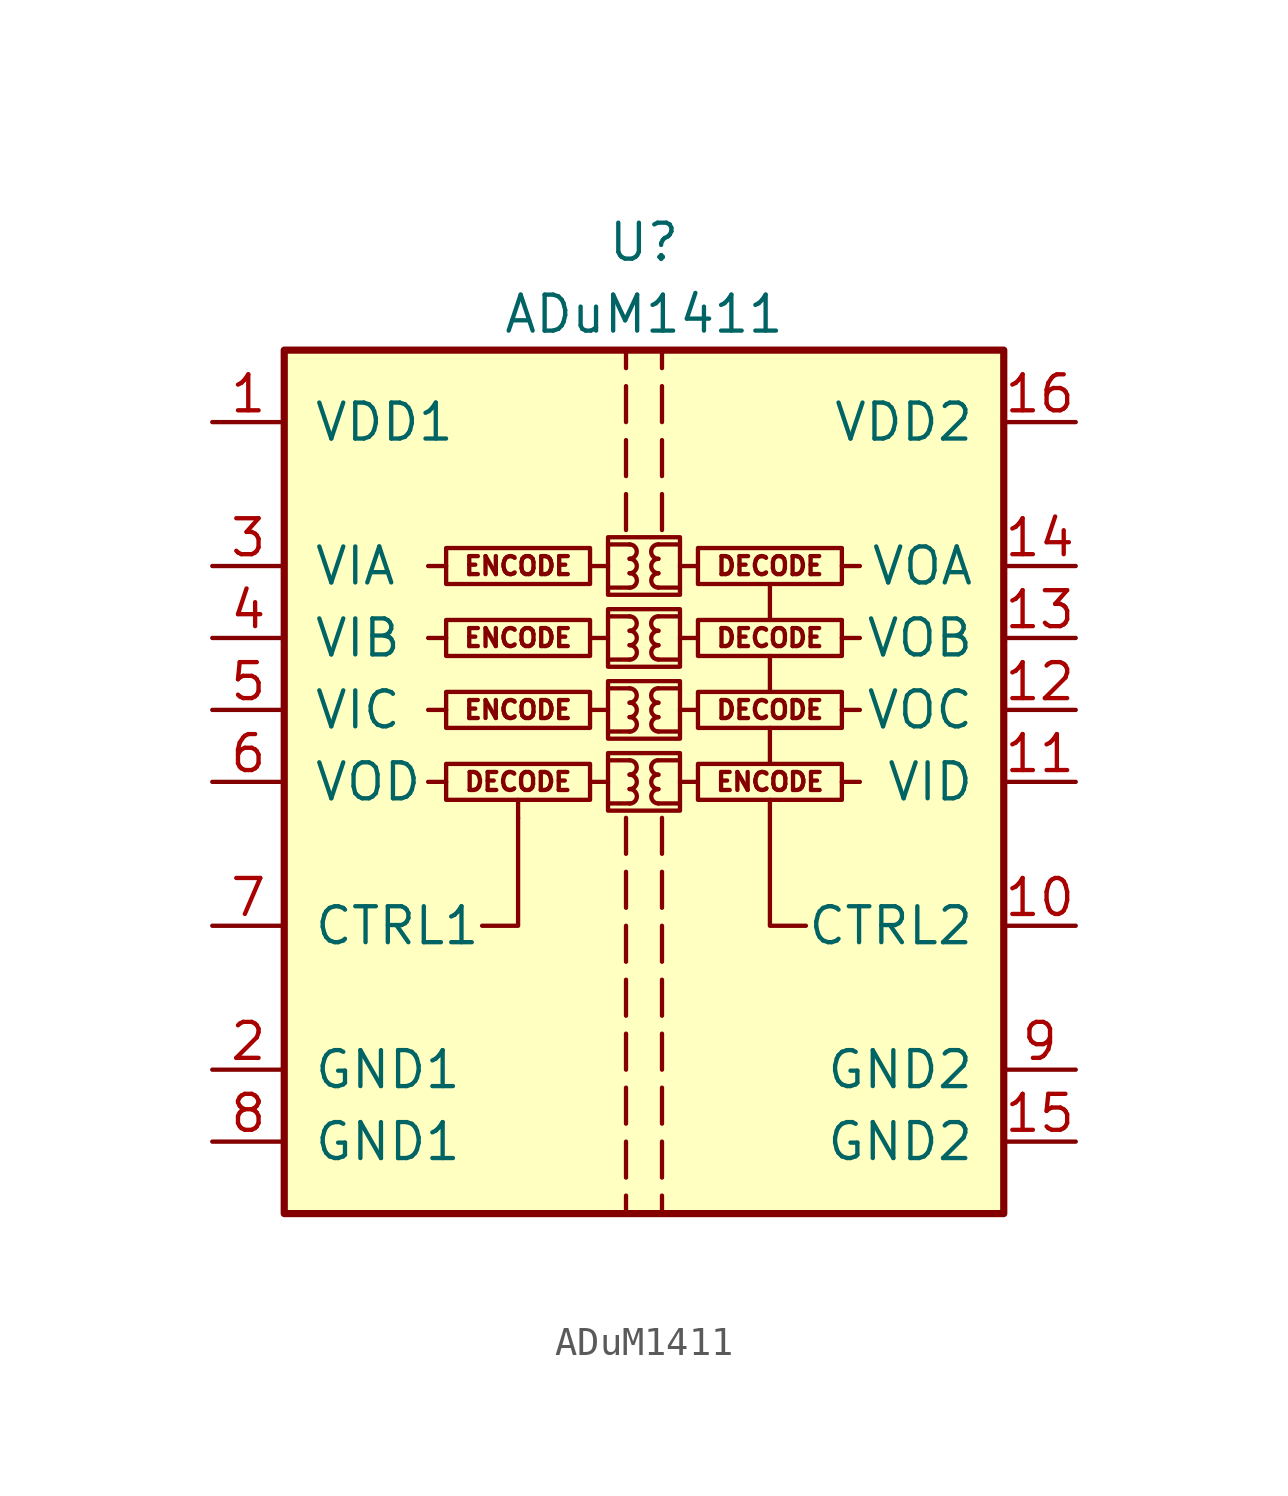
<source format=kicad_sym>
(kicad_symbol_lib
  (version 20201005)
  (generator kicad_symbol_editor)
  (symbol "ADuM1411"
    (pin_names
      (offset 1.016))
    (property "Reference" "U"
      (at 0 19.05 0)
      (effects (font (size 1.27 1.27))))
    (property "Value" "ADuM1411"
      (at 0 16.51 0)
      (effects (font (size 1.27 1.27))))
    (symbol "ADuM1411_0_0"
      (arc (start -0.508 -0.762) (end -0.508 -0.254) (radius (at -0.508 -0.508) (length 0.254) (angles -89.9 89.9)) (stroke (width 0)) (fill (type none)))
      (arc (start -0.508 -0.254) (end -0.508 0.254) (radius (at -0.508 0) (length 0.254) (angles -89.9 89.9)) (stroke (width 0)) (fill (type none)))
      (arc (start -0.508 0.254) (end -0.508 0.762) (radius (at -0.508 0.508) (length 0.254) (angles -89.9 89.9)) (stroke (width 0)) (fill (type none)))
      (arc (start -0.508 1.778) (end -0.508 2.286) (radius (at -0.508 2.032) (length 0.254) (angles -89.9 89.9)) (stroke (width 0)) (fill (type none)))
      (arc (start -0.508 2.286) (end -0.508 2.794) (radius (at -0.508 2.54) (length 0.254) (angles -89.9 89.9)) (stroke (width 0)) (fill (type none)))
      (arc (start -0.508 2.794) (end -0.508 3.302) (radius (at -0.508 3.048) (length 0.254) (angles -89.9 89.9)) (stroke (width 0)) (fill (type none)))
      (arc (start -0.508 4.318) (end -0.508 4.826) (radius (at -0.508 4.572) (length 0.254) (angles -89.9 89.9)) (stroke (width 0)) (fill (type none)))
      (arc (start -0.508 4.826) (end -0.508 5.334) (radius (at -0.508 5.08) (length 0.254) (angles -89.9 89.9)) (stroke (width 0)) (fill (type none)))
      (arc (start -0.508 5.334) (end -0.508 5.842) (radius (at -0.508 5.588) (length 0.254) (angles -89.9 89.9)) (stroke (width 0)) (fill (type none)))
      (arc (start -0.508 6.858) (end -0.508 7.366) (radius (at -0.508 7.112) (length 0.254) (angles -89.9 89.9)) (stroke (width 0)) (fill (type none)))
      (arc (start -0.508 7.366) (end -0.508 7.874) (radius (at -0.508 7.62) (length 0.254) (angles -89.9 89.9)) (stroke (width 0)) (fill (type none)))
      (arc (start -0.508 7.874) (end -0.508 8.382) (radius (at -0.508 8.128) (length 0.254) (angles -89.9 89.9)) (stroke (width 0)) (fill (type none)))
      (arc (start 0.508 -0.254) (end 0.508 -0.762) (radius (at 0.508 -0.508) (length 0.254) (angles 90.1 -90.1)) (stroke (width 0)) (fill (type none)))
      (arc (start 0.508 0.254) (end 0.508 -0.254) (radius (at 0.508 0) (length 0.254) (angles 90.1 -90.1)) (stroke (width 0)) (fill (type none)))
      (arc (start 0.508 0.762) (end 0.508 0.254) (radius (at 0.508 0.508) (length 0.254) (angles 90.1 -90.1)) (stroke (width 0)) (fill (type none)))
      (arc (start 0.508 2.286) (end 0.508 1.778) (radius (at 0.508 2.032) (length 0.254) (angles 90.1 -90.1)) (stroke (width 0)) (fill (type none)))
      (arc (start 0.508 2.794) (end 0.508 2.286) (radius (at 0.508 2.54) (length 0.254) (angles 90.1 -90.1)) (stroke (width 0)) (fill (type none)))
      (arc (start 0.508 3.302) (end 0.508 2.794) (radius (at 0.508 3.048) (length 0.254) (angles 90.1 -90.1)) (stroke (width 0)) (fill (type none)))
      (arc (start 0.508 4.826) (end 0.508 4.318) (radius (at 0.508 4.572) (length 0.254) (angles 90.1 -90.1)) (stroke (width 0)) (fill (type none)))
      (arc (start 0.508 5.334) (end 0.508 4.826) (radius (at 0.508 5.08) (length 0.254) (angles 90.1 -90.1)) (stroke (width 0)) (fill (type none)))
      (arc (start 0.508 5.842) (end 0.508 5.334) (radius (at 0.508 5.588) (length 0.254) (angles 90.1 -90.1)) (stroke (width 0)) (fill (type none)))
      (arc (start 0.508 7.366) (end 0.508 6.858) (radius (at 0.508 7.112) (length 0.254) (angles 90.1 -90.1)) (stroke (width 0)) (fill (type none)))
      (arc (start 0.508 7.874) (end 0.508 7.366) (radius (at 0.508 7.62) (length 0.254) (angles 90.1 -90.1)) (stroke (width 0)) (fill (type none)))
      (arc (start 0.508 8.382) (end 0.508 7.874) (radius (at 0.508 8.128) (length 0.254) (angles 90.1 -90.1)) (stroke (width 0)) (fill (type none)))
      (text "DECODE" (at -4.445 0 0) (effects (font (size 0.635 0.635))))
      (text "DECODE" (at 4.445 2.54 0) (effects (font (size 0.635 0.635))))
      (text "DECODE" (at 4.445 5.08 0) (effects (font (size 0.635 0.635))))
      (text "DECODE" (at 4.445 7.62 0) (effects (font (size 0.635 0.635))))
      (text "ENCODE" (at -4.445 2.54 0) (effects (font (size 0.635 0.635))))
      (text "ENCODE" (at -4.445 5.08 0) (effects (font (size 0.635 0.635))))
      (text "ENCODE" (at -4.445 7.62 0) (effects (font (size 0.635 0.635))))
      (text "ENCODE" (at 4.445 0 0) (effects (font (size 0.635 0.635))))
      (rectangle (start -1.905 0.635) (end -6.985 -0.635) (stroke (width 0)) (fill (type none)))
      (rectangle (start -1.27 1.016) (end 1.27 -1.016) (stroke (width 0)) (fill (type none)))
      (rectangle (start -1.27 3.556) (end 1.27 1.524) (stroke (width 0)) (fill (type none)))
      (rectangle (start -1.27 6.096) (end 1.27 4.064) (stroke (width 0)) (fill (type none)))
      (rectangle (start -1.27 8.636) (end 1.27 6.604) (stroke (width 0)) (fill (type none)))
      (rectangle (start 1.905 0.635) (end 6.985 -0.635) (stroke (width 0)) (fill (type none)))
      (rectangle (start 1.905 3.175) (end 6.985 1.905) (stroke (width 0)) (fill (type none)))
      (rectangle (start 1.905 5.715) (end 6.985 4.445) (stroke (width 0)) (fill (type none)))
      (rectangle (start 1.905 8.255) (end 6.985 6.985) (stroke (width 0)) (fill (type none)))
      (polyline (pts (xy -6.985 0) (xy -7.62 0)) (stroke (width 0)) (fill (type none)))
      (polyline (pts (xy -6.985 2.54) (xy -7.62 2.54)) (stroke (width 0)) (fill (type none)))
      (polyline (pts (xy -6.985 5.08) (xy -7.62 5.08)) (stroke (width 0)) (fill (type none)))
      (polyline (pts (xy -6.985 7.62) (xy -7.62 7.62)) (stroke (width 0)) (fill (type none)))
      (polyline (pts (xy -4.445 -1.27) (xy -4.445 -0.635)) (stroke (width 0)) (fill (type none)))
      (polyline (pts (xy -1.905 0) (xy -1.27 0)) (stroke (width 0)) (fill (type none)))
      (polyline (pts (xy -1.905 2.54) (xy -1.27 2.54)) (stroke (width 0)) (fill (type none)))
      (polyline (pts (xy -1.905 5.08) (xy -1.27 5.08)) (stroke (width 0)) (fill (type none)))
      (polyline (pts (xy -1.905 7.62) (xy -1.27 7.62)) (stroke (width 0)) (fill (type none)))
      (polyline (pts (xy -1.27 -0.762) (xy -0.508 -0.762)) (stroke (width 0)) (fill (type none)))
      (polyline (pts (xy -1.27 0.762) (xy -0.508 0.762)) (stroke (width 0)) (fill (type none)))
      (polyline (pts (xy -1.27 1.778) (xy -0.508 1.778)) (stroke (width 0)) (fill (type none)))
      (polyline (pts (xy -1.27 3.302) (xy -0.508 3.302)) (stroke (width 0)) (fill (type none)))
      (polyline (pts (xy -1.27 4.318) (xy -0.508 4.318)) (stroke (width 0)) (fill (type none)))
      (polyline (pts (xy -1.27 5.842) (xy -0.508 5.842)) (stroke (width 0)) (fill (type none)))
      (polyline (pts (xy -1.27 6.858) (xy -0.508 6.858)) (stroke (width 0)) (fill (type none)))
      (polyline (pts (xy -1.27 8.382) (xy -0.508 8.382)) (stroke (width 0)) (fill (type none)))
      (polyline (pts (xy -0.635 -10.795) (xy -0.635 -12.065)) (stroke (width 0)) (fill (type none)))
      (polyline (pts (xy -0.635 -8.89) (xy -0.635 -10.16)) (stroke (width 0)) (fill (type none)))
      (polyline (pts (xy -0.635 -6.985) (xy -0.635 -8.255)) (stroke (width 0)) (fill (type none)))
      (polyline (pts (xy -0.635 -5.08) (xy -0.635 -6.35)) (stroke (width 0)) (fill (type none)))
      (polyline (pts (xy -0.635 -3.175) (xy -0.635 -4.445)) (stroke (width 0)) (fill (type none)))
      (polyline (pts (xy -0.635 -1.27) (xy -0.635 -2.54)) (stroke (width 0)) (fill (type none)))
      (polyline (pts (xy -0.635 8.89) (xy -0.635 10.16)) (stroke (width 0)) (fill (type none)))
      (polyline (pts (xy -0.635 10.795) (xy -0.635 12.065)) (stroke (width 0)) (fill (type none)))
      (polyline (pts (xy -0.635 12.7) (xy -0.635 13.97)) (stroke (width 0)) (fill (type none)))
      (polyline (pts (xy -0.635 15.24) (xy -0.635 14.605)) (stroke (width 0)) (fill (type none)))
      (polyline (pts (xy 0.635 -10.795) (xy 0.635 -12.065)) (stroke (width 0)) (fill (type none)))
      (polyline (pts (xy 0.635 -8.89) (xy 0.635 -10.16)) (stroke (width 0)) (fill (type none)))
      (polyline (pts (xy 0.635 -6.985) (xy 0.635 -8.255)) (stroke (width 0)) (fill (type none)))
      (polyline (pts (xy 0.635 -5.08) (xy 0.635 -6.35)) (stroke (width 0)) (fill (type none)))
      (polyline (pts (xy 0.635 -3.175) (xy 0.635 -4.445)) (stroke (width 0)) (fill (type none)))
      (polyline (pts (xy 0.635 -1.27) (xy 0.635 -2.54)) (stroke (width 0)) (fill (type none)))
      (polyline (pts (xy 0.635 8.89) (xy 0.635 10.16)) (stroke (width 0)) (fill (type none)))
      (polyline (pts (xy 0.635 12.065) (xy 0.635 10.795)) (stroke (width 0)) (fill (type none)))
      (polyline (pts (xy 0.635 13.97) (xy 0.635 12.7)) (stroke (width 0)) (fill (type none)))
      (polyline (pts (xy 0.635 14.605) (xy 0.635 15.24)) (stroke (width 0)) (fill (type none)))
      (polyline (pts (xy 1.27 -0.762) (xy 0.508 -0.762)) (stroke (width 0)) (fill (type none)))
      (polyline (pts (xy 1.27 0.762) (xy 0.508 0.762)) (stroke (width 0)) (fill (type none)))
      (polyline (pts (xy 1.27 1.778) (xy 0.508 1.778)) (stroke (width 0)) (fill (type none)))
      (polyline (pts (xy 1.27 3.302) (xy 0.508 3.302)) (stroke (width 0)) (fill (type none)))
      (polyline (pts (xy 1.27 4.318) (xy 0.508 4.318)) (stroke (width 0)) (fill (type none)))
      (polyline (pts (xy 1.27 5.842) (xy 0.508 5.842)) (stroke (width 0)) (fill (type none)))
      (polyline (pts (xy 1.27 6.858) (xy 0.508 6.858)) (stroke (width 0)) (fill (type none)))
      (polyline (pts (xy 1.27 8.382) (xy 0.508 8.382)) (stroke (width 0)) (fill (type none)))
      (polyline (pts (xy 1.905 0) (xy 1.27 0)) (stroke (width 0)) (fill (type none)))
      (polyline (pts (xy 1.905 2.54) (xy 1.27 2.54)) (stroke (width 0)) (fill (type none)))
      (polyline (pts (xy 1.905 5.08) (xy 1.27 5.08)) (stroke (width 0)) (fill (type none)))
      (polyline (pts (xy 1.905 7.62) (xy 1.27 7.62)) (stroke (width 0)) (fill (type none)))
      (polyline (pts (xy 4.445 0.635) (xy 4.445 1.905)) (stroke (width 0)) (fill (type none)))
      (polyline (pts (xy 4.445 3.175) (xy 4.445 4.445)) (stroke (width 0)) (fill (type none)))
      (polyline (pts (xy 4.445 5.715) (xy 4.445 6.985)) (stroke (width 0)) (fill (type none)))
      (polyline (pts (xy 6.985 0) (xy 7.62 0)) (stroke (width 0)) (fill (type none)))
      (polyline (pts (xy 6.985 2.54) (xy 7.62 2.54)) (stroke (width 0)) (fill (type none)))
      (polyline (pts (xy 6.985 5.08) (xy 7.62 5.08)) (stroke (width 0)) (fill (type none)))
      (polyline (pts (xy 6.985 7.62) (xy 7.62 7.62)) (stroke (width 0)) (fill (type none)))
      (polyline (pts (xy -4.445 -1.27) (xy -4.445 -5.08) (xy -5.715 -5.08)) (stroke (width 0)) (fill (type none)))
      (polyline (pts (xy 5.715 -5.08) (xy 4.445 -5.08) (xy 4.445 -0.635)) (stroke (width 0)) (fill (type none))))
    (symbol "ADuM1411_0_1"
      (rectangle (start -12.7 15.24) (end 12.7 -15.24) (stroke (width 0.254)) (fill (type background)))
      (rectangle (start -1.905 3.175) (end -6.985 1.905) (stroke (width 0)) (fill (type none)))
      (rectangle (start -1.905 5.715) (end -6.985 4.445) (stroke (width 0)) (fill (type none)))
      (rectangle (start -1.905 8.255) (end -6.985 6.985) (stroke (width 0)) (fill (type none)))
      (polyline (pts (xy -0.635 -14.605) (xy -0.635 -15.24)) (stroke (width 0)) (fill (type none)))
      (polyline (pts (xy -0.635 -12.7) (xy -0.635 -13.97)) (stroke (width 0)) (fill (type none)))
      (polyline (pts (xy 0.635 -14.605) (xy 0.635 -15.24)) (stroke (width 0)) (fill (type none)))
      (polyline (pts (xy 0.635 -12.7) (xy 0.635 -13.97)) (stroke (width 0)) (fill (type none))))
    (symbol "ADuM1411_1_1"
      (pin power_in line (at -15.24 12.7 0) (length 2.54) (name "VDD1" (effects (font (size 1.27 1.27)))) (number "1" (effects (font (size 1.27 1.27)))))
      (pin input line (at 15.24 -5.08 180) (length 2.54) (name "CTRL2" (effects (font (size 1.27 1.27)))) (number "10" (effects (font (size 1.27 1.27)))))
      (pin input line (at 15.24 0 180) (length 2.54) (name "VID" (effects (font (size 1.27 1.27)))) (number "11" (effects (font (size 1.27 1.27)))))
      (pin output line (at 15.24 2.54 180) (length 2.54) (name "VOC" (effects (font (size 1.27 1.27)))) (number "12" (effects (font (size 1.27 1.27)))))
      (pin output line (at 15.24 5.08 180) (length 2.54) (name "VOB" (effects (font (size 1.27 1.27)))) (number "13" (effects (font (size 1.27 1.27)))))
      (pin output line (at 15.24 7.62 180) (length 2.54) (name "VOA" (effects (font (size 1.27 1.27)))) (number "14" (effects (font (size 1.27 1.27)))))
      (pin power_in line (at 15.24 -12.7 180) (length 2.54) (name "GND2" (effects (font (size 1.27 1.27)))) (number "15" (effects (font (size 1.27 1.27)))))
      (pin power_in line (at 15.24 12.7 180) (length 2.54) (name "VDD2" (effects (font (size 1.27 1.27)))) (number "16" (effects (font (size 1.27 1.27)))))
      (pin power_in line (at -15.24 -10.16 0) (length 2.54) (name "GND1" (effects (font (size 1.27 1.27)))) (number "2" (effects (font (size 1.27 1.27)))))
      (pin input line (at -15.24 7.62 0) (length 2.54) (name "VIA" (effects (font (size 1.27 1.27)))) (number "3" (effects (font (size 1.27 1.27)))))
      (pin input line (at -15.24 5.08 0) (length 2.54) (name "VIB" (effects (font (size 1.27 1.27)))) (number "4" (effects (font (size 1.27 1.27)))))
      (pin input line (at -15.24 2.54 0) (length 2.54) (name "VIC" (effects (font (size 1.27 1.27)))) (number "5" (effects (font (size 1.27 1.27)))))
      (pin output line (at -15.24 0 0) (length 2.54) (name "VOD" (effects (font (size 1.27 1.27)))) (number "6" (effects (font (size 1.27 1.27)))))
      (pin input line (at -15.24 -5.08 0) (length 2.54) (name "CTRL1" (effects (font (size 1.27 1.27)))) (number "7" (effects (font (size 1.27 1.27)))))
      (pin power_in line (at -15.24 -12.7 0) (length 2.54) (name "GND1" (effects (font (size 1.27 1.27)))) (number "8" (effects (font (size 1.27 1.27)))))
      (pin power_in line (at 15.24 -10.16 180) (length 2.54) (name "GND2" (effects (font (size 1.27 1.27)))) (number "9" (effects (font (size 1.27 1.27))))))))
</source>
